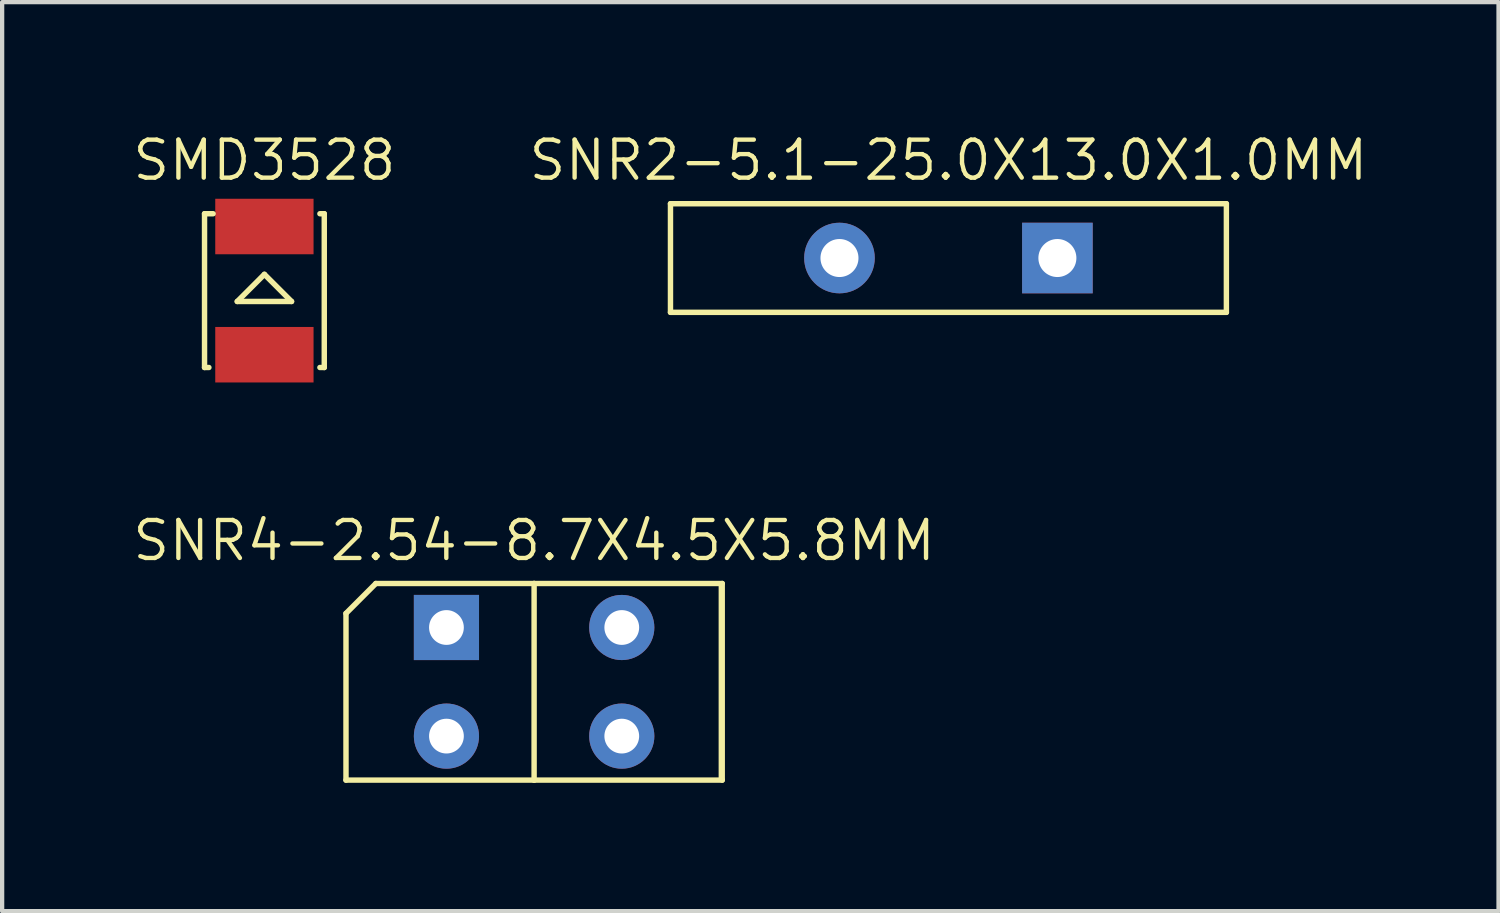
<source format=kicad_pcb>
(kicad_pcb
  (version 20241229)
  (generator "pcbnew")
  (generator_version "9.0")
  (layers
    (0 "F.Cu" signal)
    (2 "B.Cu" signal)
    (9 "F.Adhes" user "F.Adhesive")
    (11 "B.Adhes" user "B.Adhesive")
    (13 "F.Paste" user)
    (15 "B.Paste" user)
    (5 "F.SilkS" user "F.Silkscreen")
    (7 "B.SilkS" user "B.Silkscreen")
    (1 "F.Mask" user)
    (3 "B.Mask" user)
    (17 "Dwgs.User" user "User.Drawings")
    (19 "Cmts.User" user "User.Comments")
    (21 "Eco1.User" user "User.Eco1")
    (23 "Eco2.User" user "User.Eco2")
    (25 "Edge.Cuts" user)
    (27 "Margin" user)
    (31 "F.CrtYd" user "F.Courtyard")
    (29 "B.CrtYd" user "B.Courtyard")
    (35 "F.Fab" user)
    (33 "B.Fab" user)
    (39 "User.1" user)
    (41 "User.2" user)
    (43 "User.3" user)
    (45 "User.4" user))
  (footprint "SNR4-2.54-8.7X4.5X5.8MM"
    (layer "F.Cu")
    (at 9.44 12.894)
    (property "Reference" "SNR4-2.54-8.7X4.5X5.8MM" (at 0 -3.302 0) (layer "F.SilkS") (effects (font (size 0.889 0.889) (thickness 0.102))))
    (attr exclude_from_pos_files exclude_from_bom)
    (fp_line (start -4.399 -1.6) (end -3.701 -2.299) (stroke (width 0.127) (type solid)) (layer "F.SilkS"))
    (fp_line (start -4.399 2.299) (end -4.399 -1.6) (stroke (width 0.127) (type solid)) (layer "F.SilkS"))
    (fp_line (start -4.348 2.299) (end 4.348 2.299) (stroke (width 0.066) (type solid)) (layer "F.SilkS"))
    (fp_line (start -3.701 -2.299) (end 0 -2.299) (stroke (width 0.127) (type solid)) (layer "F.SilkS"))
    (fp_line (start 0 -2.299) (end 0 2.299) (stroke (width 0.127) (type solid)) (layer "F.SilkS"))
    (fp_line (start 0 -2.299) (end 4.399 -2.299) (stroke (width 0.127) (type solid)) (layer "F.SilkS"))
    (fp_line (start 0 2.299) (end -4.399 2.299) (stroke (width 0.127) (type solid)) (layer "F.SilkS"))
    (fp_line (start 4.348 2.299) (end 4.348 -2.299) (stroke (width 0.066) (type solid)) (layer "F.SilkS"))
    (fp_line (start 4.399 -2.299) (end 4.399 2.299) (stroke (width 0.127) (type solid)) (layer "F.SilkS"))
    (fp_line (start 4.399 2.299) (end 0 2.299) (stroke (width 0.127) (type solid)) (layer "F.SilkS"))
    (pad "1" thru_hole rect (at -2.05 -1.27) (size 1.524 1.524) (drill 0.813) (layers "*.Cu" "*.Mask"))
    (pad "2" thru_hole circle (at -2.05 1.27) (size 1.524 1.524) (drill 0.813) (layers "*.Cu" "*.Mask"))
    (pad "3" thru_hole circle (at 2.05 -1.27) (size 1.524 1.524) (drill 0.813) (layers "*.Cu" "*.Mask"))
    (pad "4" thru_hole circle (at 2.05 1.27) (size 1.524 1.524) (drill 0.813) (layers "*.Cu" "*.Mask")))
  (footprint "SMD3528"
    (layer "F.Cu")
    (at 3.133 3.746)
    (property "Reference" "SMD3528" (at 0 -3.048 0) (layer "F.SilkS") (effects (font (size 0.889 0.889) (thickness 0.102))))
    (attr smd)
    (fp_line (start -1.4 -1.798) (end -1.199 -1.798) (stroke (width 0.127) (type solid)) (layer "F.SilkS"))
    (fp_line (start -1.4 1.798) (end -1.4 -1.798) (stroke (width 0.127) (type solid)) (layer "F.SilkS"))
    (fp_line (start -1.397 1.778) (end -1.397 -1.778) (stroke (width 0.066) (type solid)) (layer "F.SilkS"))
    (fp_line (start -1.298 1.798) (end -1.4 1.798) (stroke (width 0.127) (type solid)) (layer "F.SilkS"))
    (fp_line (start -0.635 0.254) (end 0.635 0.254) (stroke (width 0.127) (type solid)) (layer "F.SilkS"))
    (fp_line (start 0 -0.381) (end -0.635 0.254) (stroke (width 0.127) (type solid)) (layer "F.SilkS"))
    (fp_line (start 0.635 0.254) (end 0 -0.381) (stroke (width 0.127) (type solid)) (layer "F.SilkS"))
    (fp_line (start 1.298 -1.798) (end 1.4 -1.798) (stroke (width 0.127) (type solid)) (layer "F.SilkS"))
    (fp_line (start 1.397 1.778) (end 1.397 -1.778) (stroke (width 0.066) (type solid)) (layer "F.SilkS"))
    (fp_line (start 1.4 -1.798) (end 1.4 1.798) (stroke (width 0.127) (type solid)) (layer "F.SilkS"))
    (fp_line (start 1.4 1.798) (end 1.298 1.798) (stroke (width 0.127) (type solid)) (layer "F.SilkS"))
    (pad "+" smd rect (at 0 1.499) (size 2.299 1.298) (layers "F.Cu" "F.Mask" "F.Paste"))
    (pad "-" smd rect (at 0 -1.499) (size 2.299 1.298) (layers "F.Cu" "F.Mask" "F.Paste")))
  (footprint "SNR2-5.1-25.0X13.0X1.0MM"
    (layer "F.Cu")
    (at 19.129 2.984)
    (property "Reference" "SNR2-5.1-25.0X13.0X1.0MM" (at 0 -2.286 0) (layer "F.SilkS") (effects (font (size 0.889 0.889) (thickness 0.102))))
    (attr exclude_from_pos_files exclude_from_bom)
    (fp_line (start -6.5 -1.27) (end 6.5 -1.27) (stroke (width 0.127) (type solid)) (layer "F.SilkS"))
    (fp_line (start -6.5 1.27) (end -6.5 -1.27) (stroke (width 0.127) (type solid)) (layer "F.SilkS"))
    (fp_line (start 6.5 -1.27) (end 6.5 1.27) (stroke (width 0.127) (type solid)) (layer "F.SilkS"))
    (fp_line (start 6.5 1.27) (end -6.5 1.27) (stroke (width 0.127) (type solid)) (layer "F.SilkS"))
    (pad "1" thru_hole rect (at 2.548 0 270) (size 1.651 1.651) (drill 0.889) (layers "*.Cu" "*.Mask"))
    (pad "2" thru_hole circle (at -2.548 0 270) (size 1.651 1.651) (drill 0.889) (layers "*.Cu" "*.Mask")))
  (gr_rect
    (start -3 -3)
    (end 31.993 18.257)
    (stroke (width 0.1) (type default))
    (fill no)
    (layer "Edge.Cuts")))
</source>
